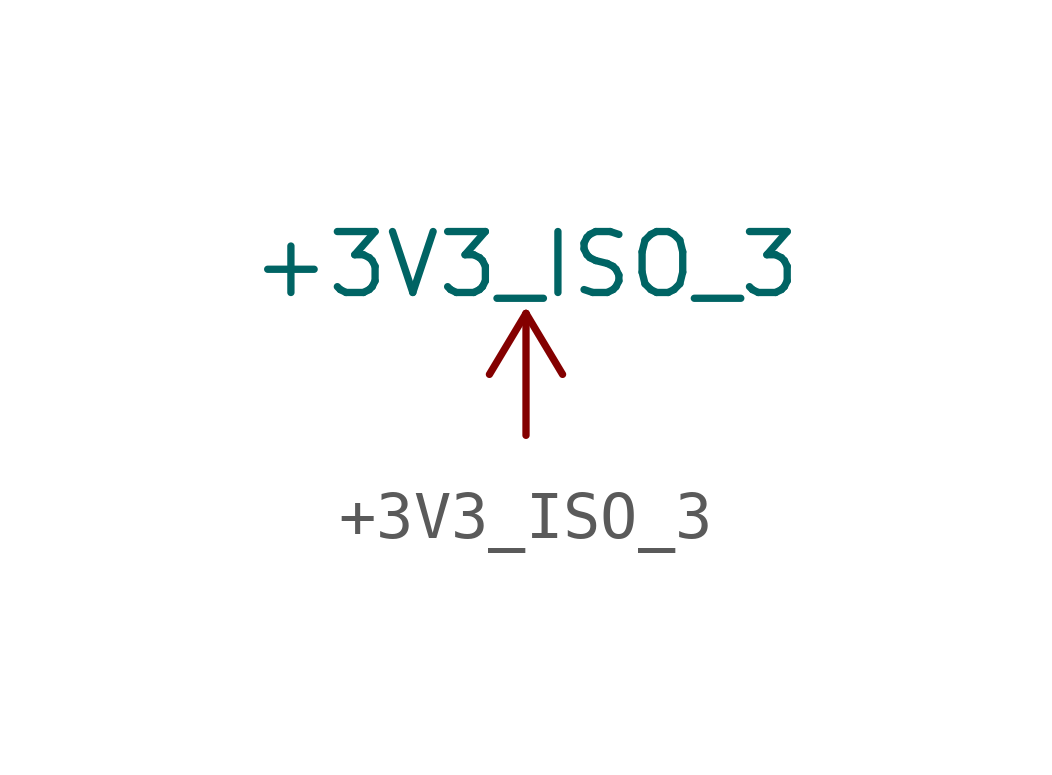
<source format=kicad_sym>
(kicad_symbol_lib
  (version 20220914)
  (generator kicad_symbol_editor)
  (symbol "+3V3_ISO_3"
    (power)
    (pin_names
      (offset 0))
    (property "Reference" "#PWR"
      (at 0 -3.81 0)
      (effects (font (size 1.27 1.27)) hide))
    (property "Value" "+3V3_ISO_3"
      (at 0 3.556 0)
      (effects (font (size 1.27 1.27))))
    (symbol "+3V3_ISO_3_0_1"
      (polyline (pts (xy -0.762 1.27) (xy 0 2.54)) (stroke (width 0) (type default)) (fill (type none)))
      (polyline (pts (xy 0 0) (xy 0 2.54)) (stroke (width 0) (type default)) (fill (type none)))
      (polyline (pts (xy 0 2.54) (xy 0.762 1.27)) (stroke (width 0) (type default)) (fill (type none))))
    (symbol "+3V3_ISO_3_1_1"
      (pin power_in line (at 0 0 0) (length 0) hide (name "+3V3_ISO_3" (effects (font (size 1.27 1.27)))) (number "1" (effects (font (size 1.27 1.27))))))))
</source>
